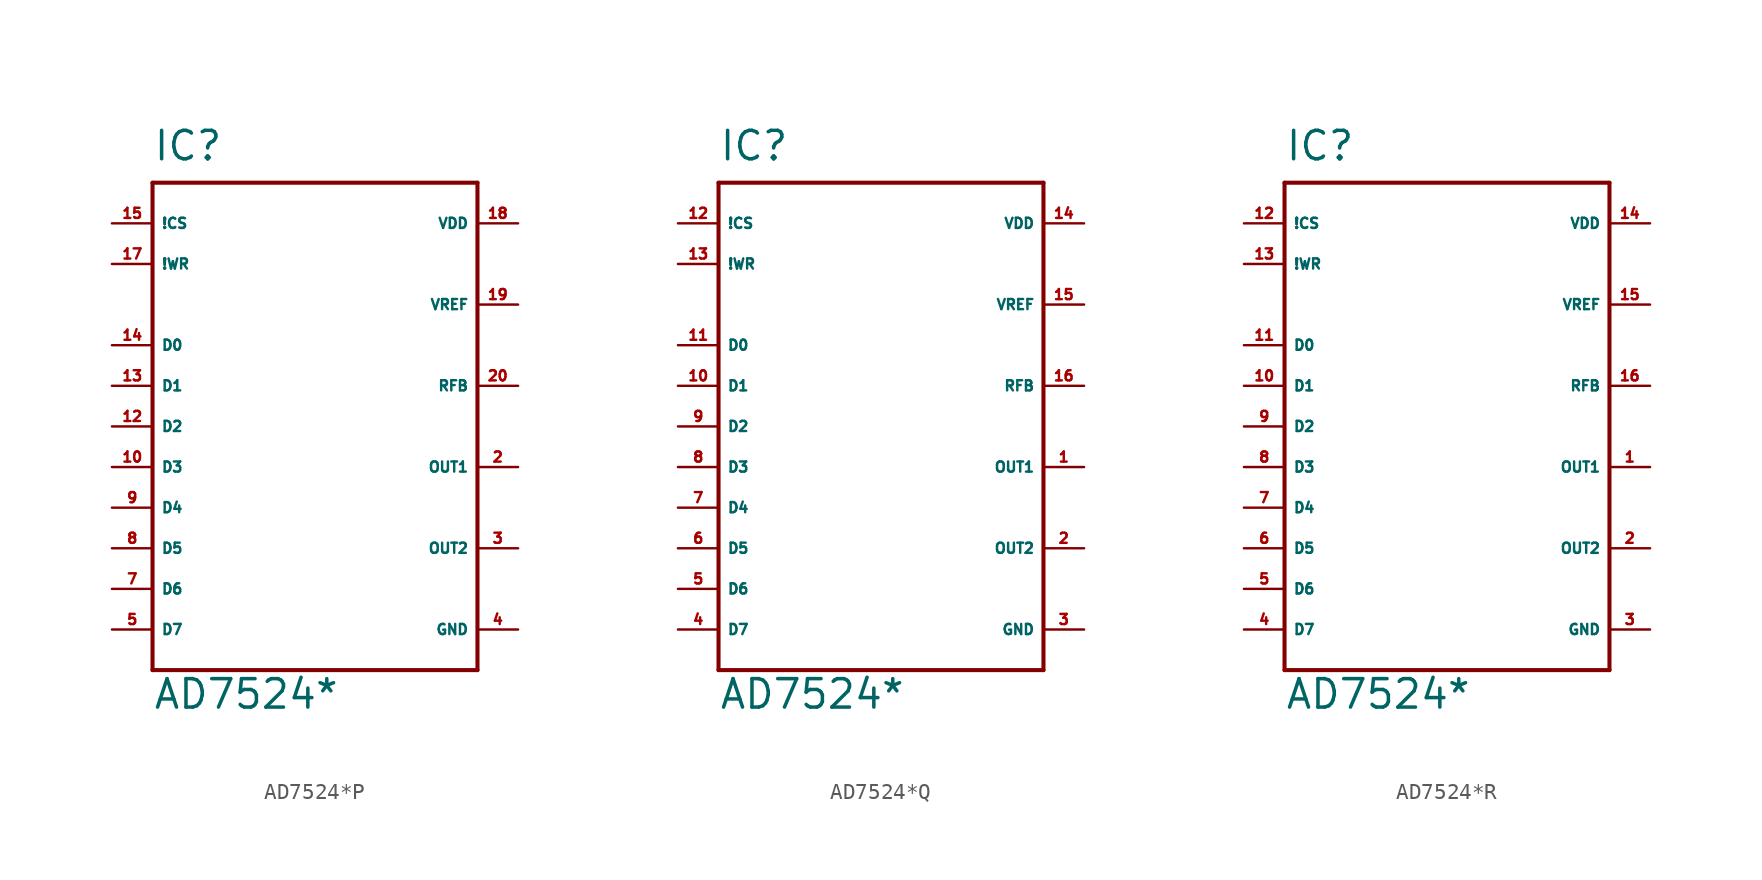
<source format=kicad_sym>
(kicad_symbol_lib
  (version 20220914)
  (generator Eagle2Kicad)
  (symbol "AD7524*P"
    (property "Reference" "IC"
      (at -10.16 16.51 0)
      (effects (font (size 1.778 1.778) (thickness 0.22)) (justify left bottom)))
    (property "Value" "AD7524*"
      (at -10.16 -17.78 0)
      (effects (font (size 1.778 1.778) (thickness 0.22)) (justify left bottom)))
    (polyline
      (pts (xy -10.16 15.24) (xy 10.16 15.24))
      (stroke (width 0.254) (type default))
      (fill (type none)))
    (polyline
      (pts (xy 10.16 15.24) (xy 10.16 -15.24))
      (stroke (width 0.254) (type default))
      (fill (type none)))
    (polyline
      (pts (xy 10.16 -15.24) (xy -10.16 -15.24))
      (stroke (width 0.254) (type default))
      (fill (type none)))
    (polyline
      (pts (xy -10.16 -15.24) (xy -10.16 15.24))
      (stroke (width 0.254) (type default))
      (fill (type none)))
    (pin input line
      (at 12.7 7.62 180)
      (length 2.54)
      (name "VREF" (effects (font (size 0.635 0.635) (thickness 0.08)) (justify left bottom)))
      (number "19" (effects (font (size 0.635 0.635) (thickness 0.08)) (justify left bottom))))
    (pin unspecified line
      (at 12.7 12.7 180)
      (length 2.54)
      (name "VDD" (effects (font (size 0.635 0.635) (thickness 0.08)) (justify left bottom)))
      (number "18" (effects (font (size 0.635 0.635) (thickness 0.08)) (justify left bottom))))
    (pin input line
      (at -12.7 12.7 0)
      (length 2.54)
      (name "!CS" (effects (font (size 0.635 0.635) (thickness 0.08)) (justify left bottom)))
      (number "15" (effects (font (size 0.635 0.635) (thickness 0.08)) (justify left bottom))))
    (pin input line
      (at -12.7 10.16 0)
      (length 2.54)
      (name "!WR" (effects (font (size 0.635 0.635) (thickness 0.08)) (justify left bottom)))
      (number "17" (effects (font (size 0.635 0.635) (thickness 0.08)) (justify left bottom))))
    (pin input line
      (at -12.7 5.08 0)
      (length 2.54)
      (name "D0" (effects (font (size 0.635 0.635) (thickness 0.08)) (justify left bottom)))
      (number "14" (effects (font (size 0.635 0.635) (thickness 0.08)) (justify left bottom))))
    (pin input line
      (at -12.7 2.54 0)
      (length 2.54)
      (name "D1" (effects (font (size 0.635 0.635) (thickness 0.08)) (justify left bottom)))
      (number "13" (effects (font (size 0.635 0.635) (thickness 0.08)) (justify left bottom))))
    (pin input line
      (at -12.7 0 0)
      (length 2.54)
      (name "D2" (effects (font (size 0.635 0.635) (thickness 0.08)) (justify left bottom)))
      (number "12" (effects (font (size 0.635 0.635) (thickness 0.08)) (justify left bottom))))
    (pin input line
      (at -12.7 -2.54 0)
      (length 2.54)
      (name "D3" (effects (font (size 0.635 0.635) (thickness 0.08)) (justify left bottom)))
      (number "10" (effects (font (size 0.635 0.635) (thickness 0.08)) (justify left bottom))))
    (pin input line
      (at -12.7 -5.08 0)
      (length 2.54)
      (name "D4" (effects (font (size 0.635 0.635) (thickness 0.08)) (justify left bottom)))
      (number "9" (effects (font (size 0.635 0.635) (thickness 0.08)) (justify left bottom))))
    (pin input line
      (at -12.7 -7.62 0)
      (length 2.54)
      (name "D5" (effects (font (size 0.635 0.635) (thickness 0.08)) (justify left bottom)))
      (number "8" (effects (font (size 0.635 0.635) (thickness 0.08)) (justify left bottom))))
    (pin input line
      (at -12.7 -10.16 0)
      (length 2.54)
      (name "D6" (effects (font (size 0.635 0.635) (thickness 0.08)) (justify left bottom)))
      (number "7" (effects (font (size 0.635 0.635) (thickness 0.08)) (justify left bottom))))
    (pin input line
      (at -12.7 -12.7 0)
      (length 2.54)
      (name "D7" (effects (font (size 0.635 0.635) (thickness 0.08)) (justify left bottom)))
      (number "5" (effects (font (size 0.635 0.635) (thickness 0.08)) (justify left bottom))))
    (pin passive line
      (at 12.7 2.54 180)
      (length 2.54)
      (name "RFB" (effects (font (size 0.635 0.635) (thickness 0.08)) (justify left bottom)))
      (number "20" (effects (font (size 0.635 0.635) (thickness 0.08)) (justify left bottom))))
    (pin passive line
      (at 12.7 -2.54 180)
      (length 2.54)
      (name "OUT1" (effects (font (size 0.635 0.635) (thickness 0.08)) (justify left bottom)))
      (number "2" (effects (font (size 0.635 0.635) (thickness 0.08)) (justify left bottom))))
    (pin passive line
      (at 12.7 -7.62 180)
      (length 2.54)
      (name "OUT2" (effects (font (size 0.635 0.635) (thickness 0.08)) (justify left bottom)))
      (number "3" (effects (font (size 0.635 0.635) (thickness 0.08)) (justify left bottom))))
    (pin unspecified line
      (at 12.7 -12.7 180)
      (length 2.54)
      (name "GND" (effects (font (size 0.635 0.635) (thickness 0.08)) (justify left bottom)))
      (number "4" (effects (font (size 0.635 0.635) (thickness 0.08)) (justify left bottom)))))
  (symbol "AD7524*Q"
    (property "Reference" "IC"
      (at -10.16 16.51 0)
      (effects (font (size 1.778 1.778) (thickness 0.22)) (justify left bottom)))
    (property "Value" "AD7524*"
      (at -10.16 -17.78 0)
      (effects (font (size 1.778 1.778) (thickness 0.22)) (justify left bottom)))
    (polyline
      (pts (xy -10.16 15.24) (xy 10.16 15.24))
      (stroke (width 0.254) (type default))
      (fill (type none)))
    (polyline
      (pts (xy 10.16 15.24) (xy 10.16 -15.24))
      (stroke (width 0.254) (type default))
      (fill (type none)))
    (polyline
      (pts (xy 10.16 -15.24) (xy -10.16 -15.24))
      (stroke (width 0.254) (type default))
      (fill (type none)))
    (polyline
      (pts (xy -10.16 -15.24) (xy -10.16 15.24))
      (stroke (width 0.254) (type default))
      (fill (type none)))
    (pin input line
      (at 12.7 7.62 180)
      (length 2.54)
      (name "VREF" (effects (font (size 0.635 0.635) (thickness 0.08)) (justify left bottom)))
      (number "15" (effects (font (size 0.635 0.635) (thickness 0.08)) (justify left bottom))))
    (pin unspecified line
      (at 12.7 12.7 180)
      (length 2.54)
      (name "VDD" (effects (font (size 0.635 0.635) (thickness 0.08)) (justify left bottom)))
      (number "14" (effects (font (size 0.635 0.635) (thickness 0.08)) (justify left bottom))))
    (pin input line
      (at -12.7 12.7 0)
      (length 2.54)
      (name "!CS" (effects (font (size 0.635 0.635) (thickness 0.08)) (justify left bottom)))
      (number "12" (effects (font (size 0.635 0.635) (thickness 0.08)) (justify left bottom))))
    (pin input line
      (at -12.7 10.16 0)
      (length 2.54)
      (name "!WR" (effects (font (size 0.635 0.635) (thickness 0.08)) (justify left bottom)))
      (number "13" (effects (font (size 0.635 0.635) (thickness 0.08)) (justify left bottom))))
    (pin input line
      (at -12.7 5.08 0)
      (length 2.54)
      (name "D0" (effects (font (size 0.635 0.635) (thickness 0.08)) (justify left bottom)))
      (number "11" (effects (font (size 0.635 0.635) (thickness 0.08)) (justify left bottom))))
    (pin input line
      (at -12.7 2.54 0)
      (length 2.54)
      (name "D1" (effects (font (size 0.635 0.635) (thickness 0.08)) (justify left bottom)))
      (number "10" (effects (font (size 0.635 0.635) (thickness 0.08)) (justify left bottom))))
    (pin input line
      (at -12.7 0 0)
      (length 2.54)
      (name "D2" (effects (font (size 0.635 0.635) (thickness 0.08)) (justify left bottom)))
      (number "9" (effects (font (size 0.635 0.635) (thickness 0.08)) (justify left bottom))))
    (pin input line
      (at -12.7 -2.54 0)
      (length 2.54)
      (name "D3" (effects (font (size 0.635 0.635) (thickness 0.08)) (justify left bottom)))
      (number "8" (effects (font (size 0.635 0.635) (thickness 0.08)) (justify left bottom))))
    (pin input line
      (at -12.7 -5.08 0)
      (length 2.54)
      (name "D4" (effects (font (size 0.635 0.635) (thickness 0.08)) (justify left bottom)))
      (number "7" (effects (font (size 0.635 0.635) (thickness 0.08)) (justify left bottom))))
    (pin input line
      (at -12.7 -7.62 0)
      (length 2.54)
      (name "D5" (effects (font (size 0.635 0.635) (thickness 0.08)) (justify left bottom)))
      (number "6" (effects (font (size 0.635 0.635) (thickness 0.08)) (justify left bottom))))
    (pin input line
      (at -12.7 -10.16 0)
      (length 2.54)
      (name "D6" (effects (font (size 0.635 0.635) (thickness 0.08)) (justify left bottom)))
      (number "5" (effects (font (size 0.635 0.635) (thickness 0.08)) (justify left bottom))))
    (pin input line
      (at -12.7 -12.7 0)
      (length 2.54)
      (name "D7" (effects (font (size 0.635 0.635) (thickness 0.08)) (justify left bottom)))
      (number "4" (effects (font (size 0.635 0.635) (thickness 0.08)) (justify left bottom))))
    (pin passive line
      (at 12.7 2.54 180)
      (length 2.54)
      (name "RFB" (effects (font (size 0.635 0.635) (thickness 0.08)) (justify left bottom)))
      (number "16" (effects (font (size 0.635 0.635) (thickness 0.08)) (justify left bottom))))
    (pin passive line
      (at 12.7 -2.54 180)
      (length 2.54)
      (name "OUT1" (effects (font (size 0.635 0.635) (thickness 0.08)) (justify left bottom)))
      (number "1" (effects (font (size 0.635 0.635) (thickness 0.08)) (justify left bottom))))
    (pin passive line
      (at 12.7 -7.62 180)
      (length 2.54)
      (name "OUT2" (effects (font (size 0.635 0.635) (thickness 0.08)) (justify left bottom)))
      (number "2" (effects (font (size 0.635 0.635) (thickness 0.08)) (justify left bottom))))
    (pin unspecified line
      (at 12.7 -12.7 180)
      (length 2.54)
      (name "GND" (effects (font (size 0.635 0.635) (thickness 0.08)) (justify left bottom)))
      (number "3" (effects (font (size 0.635 0.635) (thickness 0.08)) (justify left bottom)))))
  (symbol "AD7524*R"
    (property "Reference" "IC"
      (at -10.16 16.51 0)
      (effects (font (size 1.778 1.778) (thickness 0.22)) (justify left bottom)))
    (property "Value" "AD7524*"
      (at -10.16 -17.78 0)
      (effects (font (size 1.778 1.778) (thickness 0.22)) (justify left bottom)))
    (polyline
      (pts (xy -10.16 15.24) (xy 10.16 15.24))
      (stroke (width 0.254) (type default))
      (fill (type none)))
    (polyline
      (pts (xy 10.16 15.24) (xy 10.16 -15.24))
      (stroke (width 0.254) (type default))
      (fill (type none)))
    (polyline
      (pts (xy 10.16 -15.24) (xy -10.16 -15.24))
      (stroke (width 0.254) (type default))
      (fill (type none)))
    (polyline
      (pts (xy -10.16 -15.24) (xy -10.16 15.24))
      (stroke (width 0.254) (type default))
      (fill (type none)))
    (pin input line
      (at 12.7 7.62 180)
      (length 2.54)
      (name "VREF" (effects (font (size 0.635 0.635) (thickness 0.08)) (justify left bottom)))
      (number "15" (effects (font (size 0.635 0.635) (thickness 0.08)) (justify left bottom))))
    (pin unspecified line
      (at 12.7 12.7 180)
      (length 2.54)
      (name "VDD" (effects (font (size 0.635 0.635) (thickness 0.08)) (justify left bottom)))
      (number "14" (effects (font (size 0.635 0.635) (thickness 0.08)) (justify left bottom))))
    (pin input line
      (at -12.7 12.7 0)
      (length 2.54)
      (name "!CS" (effects (font (size 0.635 0.635) (thickness 0.08)) (justify left bottom)))
      (number "12" (effects (font (size 0.635 0.635) (thickness 0.08)) (justify left bottom))))
    (pin input line
      (at -12.7 10.16 0)
      (length 2.54)
      (name "!WR" (effects (font (size 0.635 0.635) (thickness 0.08)) (justify left bottom)))
      (number "13" (effects (font (size 0.635 0.635) (thickness 0.08)) (justify left bottom))))
    (pin input line
      (at -12.7 5.08 0)
      (length 2.54)
      (name "D0" (effects (font (size 0.635 0.635) (thickness 0.08)) (justify left bottom)))
      (number "11" (effects (font (size 0.635 0.635) (thickness 0.08)) (justify left bottom))))
    (pin input line
      (at -12.7 2.54 0)
      (length 2.54)
      (name "D1" (effects (font (size 0.635 0.635) (thickness 0.08)) (justify left bottom)))
      (number "10" (effects (font (size 0.635 0.635) (thickness 0.08)) (justify left bottom))))
    (pin input line
      (at -12.7 0 0)
      (length 2.54)
      (name "D2" (effects (font (size 0.635 0.635) (thickness 0.08)) (justify left bottom)))
      (number "9" (effects (font (size 0.635 0.635) (thickness 0.08)) (justify left bottom))))
    (pin input line
      (at -12.7 -2.54 0)
      (length 2.54)
      (name "D3" (effects (font (size 0.635 0.635) (thickness 0.08)) (justify left bottom)))
      (number "8" (effects (font (size 0.635 0.635) (thickness 0.08)) (justify left bottom))))
    (pin input line
      (at -12.7 -5.08 0)
      (length 2.54)
      (name "D4" (effects (font (size 0.635 0.635) (thickness 0.08)) (justify left bottom)))
      (number "7" (effects (font (size 0.635 0.635) (thickness 0.08)) (justify left bottom))))
    (pin input line
      (at -12.7 -7.62 0)
      (length 2.54)
      (name "D5" (effects (font (size 0.635 0.635) (thickness 0.08)) (justify left bottom)))
      (number "6" (effects (font (size 0.635 0.635) (thickness 0.08)) (justify left bottom))))
    (pin input line
      (at -12.7 -10.16 0)
      (length 2.54)
      (name "D6" (effects (font (size 0.635 0.635) (thickness 0.08)) (justify left bottom)))
      (number "5" (effects (font (size 0.635 0.635) (thickness 0.08)) (justify left bottom))))
    (pin input line
      (at -12.7 -12.7 0)
      (length 2.54)
      (name "D7" (effects (font (size 0.635 0.635) (thickness 0.08)) (justify left bottom)))
      (number "4" (effects (font (size 0.635 0.635) (thickness 0.08)) (justify left bottom))))
    (pin passive line
      (at 12.7 2.54 180)
      (length 2.54)
      (name "RFB" (effects (font (size 0.635 0.635) (thickness 0.08)) (justify left bottom)))
      (number "16" (effects (font (size 0.635 0.635) (thickness 0.08)) (justify left bottom))))
    (pin passive line
      (at 12.7 -2.54 180)
      (length 2.54)
      (name "OUT1" (effects (font (size 0.635 0.635) (thickness 0.08)) (justify left bottom)))
      (number "1" (effects (font (size 0.635 0.635) (thickness 0.08)) (justify left bottom))))
    (pin passive line
      (at 12.7 -7.62 180)
      (length 2.54)
      (name "OUT2" (effects (font (size 0.635 0.635) (thickness 0.08)) (justify left bottom)))
      (number "2" (effects (font (size 0.635 0.635) (thickness 0.08)) (justify left bottom))))
    (pin unspecified line
      (at 12.7 -12.7 180)
      (length 2.54)
      (name "GND" (effects (font (size 0.635 0.635) (thickness 0.08)) (justify left bottom)))
      (number "3" (effects (font (size 0.635 0.635) (thickness 0.08)) (justify left bottom))))))
</source>
